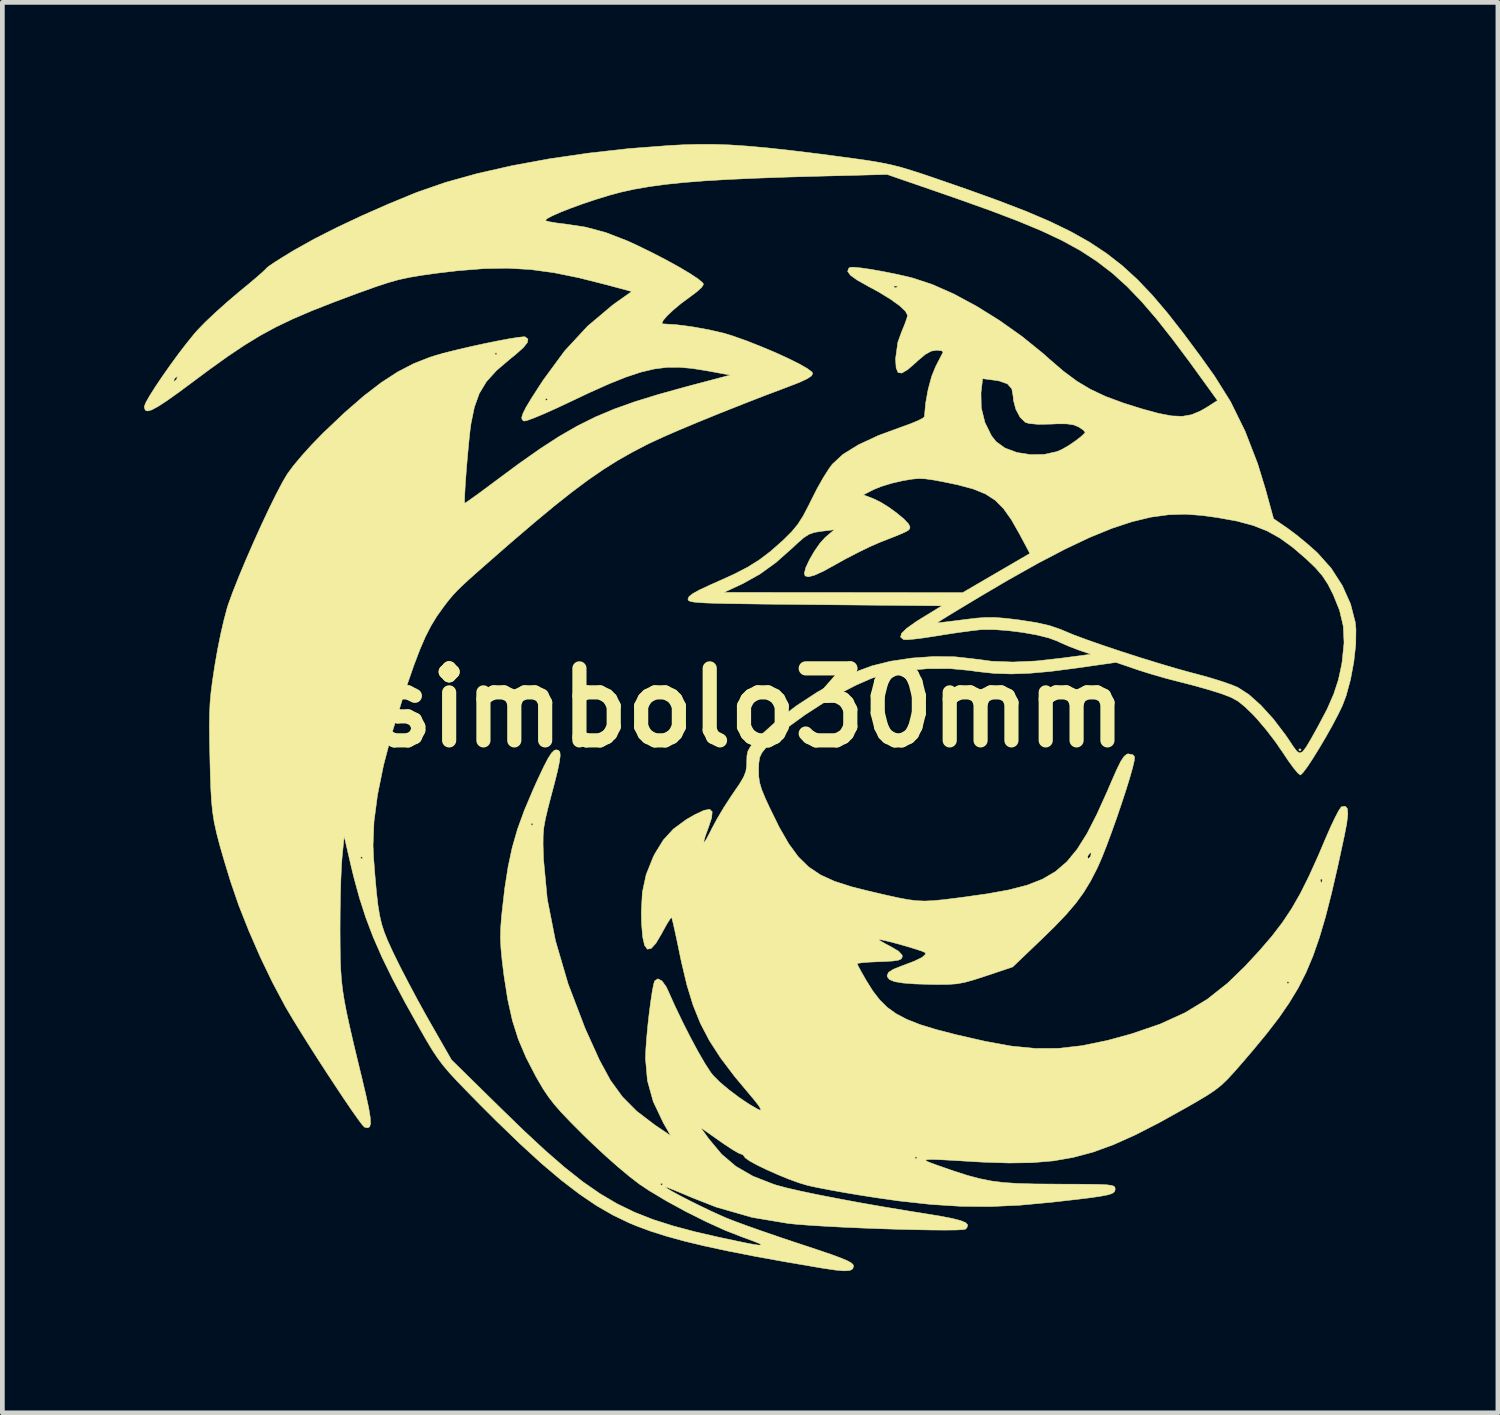
<source format=kicad_pcb>
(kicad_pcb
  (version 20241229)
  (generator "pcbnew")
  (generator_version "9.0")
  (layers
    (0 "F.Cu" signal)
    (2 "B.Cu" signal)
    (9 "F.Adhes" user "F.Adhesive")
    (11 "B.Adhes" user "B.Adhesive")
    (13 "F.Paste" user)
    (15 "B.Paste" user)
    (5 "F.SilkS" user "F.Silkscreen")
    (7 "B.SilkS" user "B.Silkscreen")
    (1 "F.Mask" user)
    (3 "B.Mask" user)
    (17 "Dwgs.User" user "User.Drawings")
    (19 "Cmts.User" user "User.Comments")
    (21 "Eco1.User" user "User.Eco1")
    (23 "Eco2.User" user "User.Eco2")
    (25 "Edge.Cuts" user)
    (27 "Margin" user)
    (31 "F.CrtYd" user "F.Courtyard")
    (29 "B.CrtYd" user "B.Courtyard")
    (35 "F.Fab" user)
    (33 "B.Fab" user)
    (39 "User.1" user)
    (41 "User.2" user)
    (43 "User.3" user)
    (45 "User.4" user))
  (footprint "simbolo30mm"
    (layer "F.Cu")
    (at 12.807 11.932)
    (property "Reference" "simbolo30mm" (at 0 0 0) (layer "F.SilkS") (effects (font (size 1.524 1.524) (thickness 0.3))))
    (attr through_hole)
    (fp_poly (pts (xy 11.684 0.889) (xy 11.659 0.914) (xy 11.633 0.889) (xy 11.659 0.864) (xy 11.684 0.889)) (stroke (width 0.01) (type solid)) (fill yes) (layer "F.SilkS"))
    (fp_poly (pts (xy -0.753 -11.927) (xy -0.412 -11.915) (xy -0.039 -11.89) (xy 0.383 -11.852) (xy 0.867 -11.799) (xy 1.427 -11.731) (xy 1.824 -11.679) (xy 2.212 -11.627) (xy 2.522 -11.583) (xy 2.776 -11.54) (xy 2.997 -11.495) (xy 3.206 -11.443) (xy 3.426 -11.377) (xy 3.68 -11.295) (xy 3.907 -11.218) (xy 4.64 -10.964) (xy 5.286 -10.731) (xy 5.855 -10.512) (xy 6.357 -10.298) (xy 6.801 -10.083) (xy 7.2 -9.859) (xy 7.562 -9.62) (xy 7.898 -9.358) (xy 8.218 -9.065) (xy 8.532 -8.736) (xy 8.851 -8.361) (xy 9.185 -7.935) (xy 9.545 -7.45) (xy 9.85 -7.023) (xy 10.19 -6.48) (xy 10.497 -5.856) (xy 10.762 -5.172) (xy 10.928 -4.63) (xy 11.1 -4.003) (xy 11.396 -3.8) (xy 11.576 -3.666) (xy 11.788 -3.493) (xy 11.993 -3.313) (xy 12.033 -3.275) (xy 12.319 -2.955) (xy 12.555 -2.588) (xy 12.729 -2.2) (xy 12.828 -1.817) (xy 12.844 -1.667) (xy 12.84 -1.344) (xy 12.799 -0.975) (xy 12.729 -0.599) (xy 12.636 -0.256) (xy 12.555 -0.042) (xy 12.46 0.153) (xy 12.341 0.379) (xy 12.207 0.617) (xy 12.068 0.852) (xy 11.935 1.067) (xy 11.818 1.245) (xy 11.726 1.368) (xy 11.671 1.422) (xy 11.667 1.422) (xy 11.615 1.382) (xy 11.524 1.273) (xy 11.407 1.112) (xy 11.301 0.953) (xy 11.134 0.711) (xy 10.939 0.458) (xy 10.749 0.234) (xy 10.668 0.147) (xy 10.495 -0.021) (xy 10.354 -0.136) (xy 10.209 -0.217) (xy 10.027 -0.288) (xy 9.931 -0.32) (xy 9.672 -0.399) (xy 9.375 -0.482) (xy 9.104 -0.551) (xy 9.093 -0.554) (xy 8.83 -0.622) (xy 8.53 -0.708) (xy 8.252 -0.795) (xy 8.214 -0.808) (xy 7.766 -0.961) (xy 6.893 -0.837) (xy 6.377 -0.77) (xy 5.935 -0.731) (xy 5.545 -0.717) (xy 5.184 -0.729) (xy 4.828 -0.767) (xy 4.676 -0.79) (xy 4.25 -0.83) (xy 3.774 -0.828) (xy 3.285 -0.784) (xy 2.87 -0.711) (xy 2.597 -0.626) (xy 2.271 -0.484) (xy 1.912 -0.3) (xy 1.543 -0.085) (xy 1.184 0.147) (xy 0.857 0.384) (xy 0.584 0.613) (xy 0.498 0.696) (xy 0.354 0.846) (xy 0.268 0.953) (xy 0.223 1.05) (xy 0.205 1.167) (xy 0.2 1.295) (xy 0.202 1.446) (xy 0.221 1.582) (xy 0.265 1.73) (xy 0.343 1.919) (xy 0.43 2.107) (xy 0.641 2.536) (xy 0.84 2.881) (xy 1.041 3.154) (xy 1.259 3.368) (xy 1.511 3.537) (xy 1.81 3.673) (xy 2.172 3.789) (xy 2.515 3.875) (xy 2.865 3.957) (xy 3.139 4.018) (xy 3.357 4.059) (xy 3.542 4.083) (xy 3.715 4.09) (xy 3.898 4.082) (xy 4.113 4.061) (xy 4.381 4.028) (xy 4.496 4.013) (xy 5.04 3.937) (xy 5.498 3.854) (xy 5.884 3.754) (xy 6.209 3.627) (xy 6.486 3.464) (xy 6.727 3.256) (xy 6.812 3.153) (xy 7.163 3.153) (xy 7.179 3.199) (xy 7.217 3.158) (xy 7.233 3.122) (xy 7.237 3.069) (xy 7.213 3.074) (xy 7.165 3.139) (xy 7.163 3.153) (xy 6.812 3.153) (xy 6.944 2.992) (xy 7.15 2.664) (xy 7.356 2.262) (xy 7.576 1.777) (xy 7.674 1.549) (xy 7.784 1.299) (xy 7.868 1.13) (xy 7.936 1.029) (xy 7.994 0.982) (xy 8.02 0.974) (xy 8.122 0.993) (xy 8.158 1.036) (xy 8.153 1.112) (xy 8.117 1.266) (xy 8.056 1.483) (xy 7.975 1.745) (xy 7.879 2.037) (xy 7.775 2.343) (xy 7.667 2.645) (xy 7.562 2.928) (xy 7.464 3.175) (xy 7.379 3.37) (xy 7.365 3.399) (xy 7.227 3.667) (xy 7.082 3.906) (xy 6.915 4.135) (xy 6.712 4.373) (xy 6.458 4.638) (xy 6.174 4.915) (xy 5.578 5.485) (xy 5.011 5.675) (xy 4.758 5.757) (xy 4.565 5.811) (xy 4.396 5.842) (xy 4.215 5.855) (xy 3.987 5.857) (xy 3.861 5.855) (xy 3.511 5.845) (xy 3.253 5.825) (xy 3.075 5.795) (xy 2.969 5.751) (xy 2.924 5.692) (xy 2.921 5.666) (xy 2.95 5.6) (xy 3.048 5.536) (xy 3.226 5.465) (xy 3.491 5.365) (xy 3.661 5.282) (xy 3.734 5.216) (xy 3.727 5.182) (xy 3.666 5.154) (xy 3.538 5.111) (xy 3.368 5.059) (xy 3.18 5.005) (xy 3 4.957) (xy 2.852 4.921) (xy 2.76 4.904) (xy 2.743 4.906) (xy 2.785 4.938) (xy 2.891 4.999) (xy 3 5.056) (xy 3.164 5.153) (xy 3.237 5.233) (xy 3.241 5.273) (xy 3.218 5.315) (xy 3.156 5.343) (xy 3.036 5.36) (xy 2.839 5.371) (xy 2.755 5.374) (xy 2.551 5.383) (xy 2.392 5.395) (xy 2.3 5.409) (xy 2.286 5.416) (xy 2.31 5.47) (xy 2.373 5.587) (xy 2.464 5.746) (xy 2.485 5.782) (xy 2.622 6) (xy 2.765 6.184) (xy 2.924 6.341) (xy 3.112 6.476) (xy 3.339 6.595) (xy 3.618 6.705) (xy 3.961 6.81) (xy 4.378 6.918) (xy 4.881 7.033) (xy 5.001 7.06) (xy 5.55 7.16) (xy 6.057 7.21) (xy 6.548 7.208) (xy 7.049 7.151) (xy 7.586 7.04) (xy 8.103 6.898) (xy 8.704 6.692) (xy 9.228 6.453) (xy 9.696 6.169) (xy 10.129 5.827) (xy 10.139 5.817) (xy 11.379 5.817) (xy 11.405 5.842) (xy 11.43 5.817) (xy 11.405 5.791) (xy 11.379 5.817) (xy 10.139 5.817) (xy 10.494 5.473) (xy 10.802 5.14) (xy 11.062 4.838) (xy 11.285 4.548) (xy 11.483 4.251) (xy 11.668 3.928) (xy 11.803 3.658) (xy 12.09 3.658) (xy 12.109 3.699) (xy 12.124 3.691) (xy 12.13 3.631) (xy 12.124 3.624) (xy 12.094 3.631) (xy 12.09 3.658) (xy 11.803 3.658) (xy 11.852 3.559) (xy 12.048 3.126) (xy 12.197 2.775) (xy 12.301 2.536) (xy 12.397 2.333) (xy 12.476 2.182) (xy 12.529 2.103) (xy 12.538 2.095) (xy 12.618 2.084) (xy 12.662 2.133) (xy 12.672 2.252) (xy 12.649 2.449) (xy 12.6 2.701) (xy 12.458 3.361) (xy 12.325 3.934) (xy 12.198 4.432) (xy 12.069 4.867) (xy 11.934 5.254) (xy 11.787 5.603) (xy 11.622 5.929) (xy 11.432 6.243) (xy 11.214 6.559) (xy 10.96 6.889) (xy 10.666 7.246) (xy 10.455 7.493) (xy 10.272 7.702) (xy 10.125 7.862) (xy 9.993 7.988) (xy 9.853 8.098) (xy 9.685 8.209) (xy 9.467 8.339) (xy 9.24 8.469) (xy 8.673 8.784) (xy 8.169 9.042) (xy 7.711 9.247) (xy 7.281 9.404) (xy 6.862 9.516) (xy 6.437 9.59) (xy 5.989 9.628) (xy 5.499 9.635) (xy 4.95 9.617) (xy 4.769 9.607) (xy 4.39 9.584) (xy 4.106 9.568) (xy 3.907 9.56) (xy 3.787 9.561) (xy 3.737 9.571) (xy 3.749 9.591) (xy 3.816 9.622) (xy 3.931 9.664) (xy 3.988 9.685) (xy 4.33 9.804) (xy 4.62 9.897) (xy 4.879 9.966) (xy 5.129 10.016) (xy 5.392 10.049) (xy 5.688 10.068) (xy 6.041 10.078) (xy 6.471 10.081) (xy 6.528 10.082) (xy 6.91 10.083) (xy 7.203 10.085) (xy 7.418 10.089) (xy 7.568 10.096) (xy 7.663 10.108) (xy 7.717 10.125) (xy 7.741 10.147) (xy 7.747 10.177) (xy 7.747 10.183) (xy 7.742 10.223) (xy 7.72 10.256) (xy 7.67 10.285) (xy 7.581 10.311) (xy 7.44 10.338) (xy 7.238 10.368) (xy 6.962 10.402) (xy 6.602 10.443) (xy 6.401 10.466) (xy 5.733 10.528) (xy 5.105 10.557) (xy 4.487 10.552) (xy 3.85 10.512) (xy 3.166 10.437) (xy 2.688 10.369) (xy 2.342 10.315) (xy 2.002 10.258) (xy 1.691 10.202) (xy 1.432 10.152) (xy 1.249 10.112) (xy 1.24 10.11) (xy 1.053 10.054) (xy 0.833 9.974) (xy 0.6 9.878) (xy 0.372 9.777) (xy 0.169 9.679) (xy 0.011 9.592) (xy -0.083 9.525) (xy 3.505 9.525) (xy 3.531 9.55) (xy 3.556 9.525) (xy 3.531 9.5) (xy 3.505 9.525) (xy -0.083 9.525) (xy -0.084 9.525) (xy -0.102 9.497) (xy -0.142 9.452) (xy -0.165 9.449) (xy -0.232 9.421) (xy -0.36 9.346) (xy -0.526 9.237) (xy -0.628 9.166) (xy -1.027 8.884) (xy -0.857 9.12) (xy -0.585 9.447) (xy -0.279 9.707) (xy 0.082 9.915) (xy 0.518 10.085) (xy 0.582 10.105) (xy 0.79 10.161) (xy 1.085 10.229) (xy 1.453 10.306) (xy 1.88 10.389) (xy 2.352 10.477) (xy 2.856 10.565) (xy 3.378 10.652) (xy 3.676 10.699) (xy 4.031 10.757) (xy 4.293 10.807) (xy 4.474 10.853) (xy 4.581 10.897) (xy 4.625 10.943) (xy 4.614 10.995) (xy 4.582 11.034) (xy 4.519 11.046) (xy 4.368 11.053) (xy 4.143 11.055) (xy 3.857 11.053) (xy 3.524 11.047) (xy 3.158 11.038) (xy 2.772 11.026) (xy 2.381 11.011) (xy 1.996 10.994) (xy 1.633 10.975) (xy 1.305 10.955) (xy 1.026 10.934) (xy 0.838 10.916) (xy 0.062 10.786) (xy -0.697 10.568) (xy -1.2 10.371) (xy -1.42 10.278) (xy -1.601 10.203) (xy -1.726 10.154) (xy -1.778 10.138) (xy -1.778 10.139) (xy -1.735 10.174) (xy -1.619 10.243) (xy -1.447 10.336) (xy -1.239 10.443) (xy -1.014 10.554) (xy -0.789 10.662) (xy -0.584 10.755) (xy -0.483 10.799) (xy -0.296 10.872) (xy -0.035 10.968) (xy 0.279 11.079) (xy 0.625 11.198) (xy 0.979 11.317) (xy 1.092 11.354) (xy 1.457 11.475) (xy 1.736 11.57) (xy 1.938 11.645) (xy 2.077 11.703) (xy 2.16 11.749) (xy 2.201 11.788) (xy 2.21 11.817) (xy 2.192 11.876) (xy 2.131 11.91) (xy 2.012 11.918) (xy 1.822 11.901) (xy 1.547 11.86) (xy 1.524 11.856) (xy 0.78 11.729) (xy 0.127 11.611) (xy -0.443 11.499) (xy -0.941 11.392) (xy -1.374 11.288) (xy -1.754 11.183) (xy -2.089 11.077) (xy -2.388 10.966) (xy -2.544 10.901) (xy -2.885 10.737) (xy -3.233 10.536) (xy -3.594 10.291) (xy -3.978 9.997) (xy -4.393 9.646) (xy -4.847 9.231) (xy -5.349 8.746) (xy -5.697 8.399) (xy -5.968 8.123) (xy -6.181 7.903) (xy -6.348 7.722) (xy -6.482 7.563) (xy -6.597 7.409) (xy -6.706 7.245) (xy -6.822 7.053) (xy -6.957 6.817) (xy -6.963 6.807) (xy -7.282 6.238) (xy -7.549 5.734) (xy -7.772 5.278) (xy -7.958 4.853) (xy -8.114 4.442) (xy -8.248 4.027) (xy -8.367 3.591) (xy -8.431 3.327) (xy -8.466 3.175) (xy -8.23 3.175) (xy -8.204 3.2) (xy -8.179 3.175) (xy -8.204 3.15) (xy -8.23 3.175) (xy -8.466 3.175) (xy -8.526 2.915) (xy -7.961 2.915) (xy -7.949 3.175) (xy -7.917 3.587) (xy -7.887 3.915) (xy -7.857 4.177) (xy -7.822 4.391) (xy -7.78 4.573) (xy -7.726 4.742) (xy -7.657 4.916) (xy -7.568 5.111) (xy -7.515 5.223) (xy -7.384 5.489) (xy -7.217 5.811) (xy -7.034 6.155) (xy -6.85 6.49) (xy -6.759 6.65) (xy -6.301 7.451) (xy -5.271 8.463) (xy -4.767 8.952) (xy -4.316 9.371) (xy -3.906 9.727) (xy -3.525 10.029) (xy -3.159 10.283) (xy -2.797 10.497) (xy -2.426 10.677) (xy -2.033 10.832) (xy -1.605 10.968) (xy -1.131 11.094) (xy -0.597 11.216) (xy -0.538 11.228) (xy -0.238 11.292) (xy -0.023 11.336) (xy 0.119 11.362) (xy 0.204 11.373) (xy 0.244 11.371) (xy 0.254 11.36) (xy 0.21 11.336) (xy 0.092 11.289) (xy -0.078 11.226) (xy -0.14 11.204) (xy -0.501 11.063) (xy -0.911 10.877) (xy -1.339 10.663) (xy -1.753 10.437) (xy -2.123 10.215) (xy -2.318 10.084) (xy -1.88 10.084) (xy -1.854 10.109) (xy -1.829 10.084) (xy -1.854 10.058) (xy -1.88 10.084) (xy -2.318 10.084) (xy -2.336 10.072) (xy -2.534 9.919) (xy -2.78 9.714) (xy -3.05 9.475) (xy -3.321 9.223) (xy -3.517 9.033) (xy -3.773 8.776) (xy -3.971 8.569) (xy -4.124 8.395) (xy -4.248 8.234) (xy -4.359 8.069) (xy -4.47 7.88) (xy -4.514 7.803) (xy -4.724 7.397) (xy -4.887 7.012) (xy -5.012 6.617) (xy -5.109 6.182) (xy -5.188 5.678) (xy -5.19 5.664) (xy -5.23 5.341) (xy -5.254 5.088) (xy -5.264 4.874) (xy -5.26 4.669) (xy -5.243 4.443) (xy -5.233 4.343) (xy -5.173 3.817) (xy -5.102 3.364) (xy -5.015 2.957) (xy -4.903 2.568) (xy -4.865 2.464) (xy -4.623 2.464) (xy -4.597 2.489) (xy -4.572 2.464) (xy -4.597 2.438) (xy -4.623 2.464) (xy -4.865 2.464) (xy -4.758 2.17) (xy -4.574 1.735) (xy -4.479 1.524) (xy -4.353 1.257) (xy -4.257 1.072) (xy -4.184 0.958) (xy -4.126 0.901) (xy -4.087 0.889) (xy -4.036 0.899) (xy -4.006 0.936) (xy -3.999 1.012) (xy -4.015 1.14) (xy -4.055 1.333) (xy -4.122 1.602) (xy -4.189 1.854) (xy -4.263 2.14) (xy -4.314 2.357) (xy -4.346 2.535) (xy -4.36 2.704) (xy -4.362 2.894) (xy -4.355 3.134) (xy -4.353 3.2) (xy -4.273 4.049) (xy -4.1 4.928) (xy -3.833 5.84) (xy -3.472 6.786) (xy -3.17 7.453) (xy -2.939 7.88) (xy -2.683 8.233) (xy -2.38 8.538) (xy -2.006 8.823) (xy -1.986 8.837) (xy -1.661 9.057) (xy -1.817 8.783) (xy -2.03 8.335) (xy -2.153 7.892) (xy -2.194 7.426) (xy -2.194 7.412) (xy -2.187 7.229) (xy -2.17 6.996) (xy -2.146 6.734) (xy -2.116 6.467) (xy -2.083 6.215) (xy -2.051 6.002) (xy -2.021 5.848) (xy -1.999 5.779) (xy -1.931 5.736) (xy -1.845 5.781) (xy -1.756 5.904) (xy -1.719 5.982) (xy -1.57 6.313) (xy -1.408 6.651) (xy -1.242 6.978) (xy -1.082 7.276) (xy -0.937 7.526) (xy -0.817 7.712) (xy -0.762 7.782) (xy -0.621 7.923) (xy -0.428 8.085) (xy -0.212 8.248) (xy -0.001 8.39) (xy 0.176 8.492) (xy 0.233 8.518) (xy 0.249 8.501) (xy 0.203 8.422) (xy 0.103 8.293) (xy 0.047 8.227) (xy -0.313 7.796) (xy -0.606 7.408) (xy -0.842 7.043) (xy -1.032 6.679) (xy -1.187 6.294) (xy -1.318 5.867) (xy -1.434 5.378) (xy -1.472 5.197) (xy -1.526 4.936) (xy -1.574 4.713) (xy -1.612 4.545) (xy -1.636 4.451) (xy -1.642 4.437) (xy -1.673 4.469) (xy -1.738 4.571) (xy -1.824 4.725) (xy -1.851 4.777) (xy -1.973 4.983) (xy -2.074 5.094) (xy -2.154 5.109) (xy -2.214 5.027) (xy -2.254 4.848) (xy -2.277 4.57) (xy -2.283 4.333) (xy -2.261 3.907) (xy -2.18 3.53) (xy -2.032 3.161) (xy -1.993 3.084) (xy -1.816 2.797) (xy -1.604 2.566) (xy -1.331 2.365) (xy -1.15 2.261) (xy -0.956 2.17) (xy -0.835 2.148) (xy -0.782 2.2) (xy -0.794 2.329) (xy -0.856 2.517) (xy -0.929 2.718) (xy -0.96 2.829) (xy -0.95 2.847) (xy -0.901 2.773) (xy -0.813 2.605) (xy -0.793 2.564) (xy -0.681 2.354) (xy -0.534 2.107) (xy -0.379 1.868) (xy -0.336 1.805) (xy -0.201 1.608) (xy -0.117 1.465) (xy -0.071 1.349) (xy -0.053 1.234) (xy -0.051 1.142) (xy -0.047 1.014) (xy -0.026 0.917) (xy 0.026 0.824) (xy 0.124 0.71) (xy 0.266 0.563) (xy 0.603 0.259) (xy 1.004 -0.045) (xy 1.443 -0.332) (xy 1.893 -0.585) (xy 2.325 -0.787) (xy 2.599 -0.888) (xy 2.994 -0.986) (xy 3.442 -1.053) (xy 3.905 -1.086) (xy 4.347 -1.081) (xy 4.699 -1.043) (xy 5.133 -0.986) (xy 5.582 -0.969) (xy 6.071 -0.991) (xy 6.602 -1.05) (xy 7.236 -1.134) (xy 6.983 -1.22) (xy 6.785 -1.295) (xy 6.587 -1.381) (xy 6.523 -1.412) (xy 6.342 -1.479) (xy 6.089 -1.542) (xy 5.792 -1.595) (xy 5.481 -1.634) (xy 5.184 -1.656) (xy 4.931 -1.656) (xy 4.877 -1.651) (xy 4.689 -1.629) (xy 4.437 -1.595) (xy 4.158 -1.553) (xy 3.942 -1.518) (xy 3.701 -1.481) (xy 3.494 -1.455) (xy 3.342 -1.441) (xy 3.269 -1.444) (xy 3.205 -1.496) (xy 3.225 -1.575) (xy 3.334 -1.682) (xy 3.5 -1.799) (xy 3.978 -1.799) (xy 4.029 -1.803) (xy 4.16 -1.818) (xy 4.35 -1.841) (xy 4.547 -1.866) (xy 4.807 -1.898) (xy 5.016 -1.913) (xy 5.213 -1.912) (xy 5.434 -1.894) (xy 5.717 -1.86) (xy 5.72 -1.859) (xy 6.076 -1.804) (xy 6.359 -1.74) (xy 6.595 -1.659) (xy 6.667 -1.628) (xy 6.869 -1.544) (xy 7.149 -1.44) (xy 7.487 -1.322) (xy 7.863 -1.196) (xy 8.256 -1.069) (xy 8.648 -0.948) (xy 9.017 -0.838) (xy 9.345 -0.747) (xy 9.472 -0.714) (xy 9.738 -0.641) (xy 9.995 -0.562) (xy 10.213 -0.486) (xy 10.345 -0.431) (xy 10.576 -0.282) (xy 10.83 -0.055) (xy 11.094 0.235) (xy 11.35 0.571) (xy 11.42 0.673) (xy 11.519 0.823) (xy 11.592 0.919) (xy 11.652 0.957) (xy 11.714 0.931) (xy 11.788 0.835) (xy 11.89 0.664) (xy 12.031 0.412) (xy 12.034 0.406) (xy 12.231 0.034) (xy 12.373 -0.29) (xy 12.473 -0.595) (xy 12.541 -0.912) (xy 12.551 -0.974) (xy 12.592 -1.376) (xy 12.576 -1.727) (xy 12.498 -2.06) (xy 12.365 -2.391) (xy 12.25 -2.617) (xy 12.132 -2.797) (xy 11.984 -2.967) (xy 11.796 -3.147) (xy 11.508 -3.395) (xy 11.238 -3.591) (xy 10.965 -3.743) (xy 10.668 -3.86) (xy 10.325 -3.952) (xy 9.916 -4.026) (xy 9.592 -4.071) (xy 9.239 -4.098) (xy 8.88 -4.087) (xy 8.505 -4.036) (xy 8.107 -3.94) (xy 7.677 -3.798) (xy 7.207 -3.606) (xy 6.69 -3.361) (xy 6.115 -3.061) (xy 5.477 -2.702) (xy 4.943 -2.388) (xy 4.663 -2.22) (xy 4.415 -2.071) (xy 4.211 -1.947) (xy 4.065 -1.856) (xy 3.987 -1.807) (xy 3.978 -1.799) (xy 3.5 -1.799) (xy 3.533 -1.823) (xy 3.64 -1.89) (xy 4.08 -2.159) (xy 1.392 -2.184) (xy 0.801 -2.19) (xy 0.304 -2.195) (xy -0.109 -2.201) (xy -0.443 -2.206) (xy -0.708 -2.212) (xy -0.912 -2.219) (xy -1.062 -2.228) (xy -1.168 -2.238) (xy -1.235 -2.25) (xy -1.274 -2.265) (xy -1.291 -2.282) (xy -1.295 -2.303) (xy -1.295 -2.304) (xy -1.272 -2.355) (xy -1.194 -2.417) (xy -1.146 -2.443) (xy -0.533 -2.443) (xy 1.993 -2.441) (xy 4.52 -2.438) (xy 5.231 -2.853) (xy 5.942 -3.267) (xy 5.727 -3.671) (xy 5.553 -3.978) (xy 5.386 -4.214) (xy 5.209 -4.393) (xy 5.001 -4.527) (xy 4.743 -4.632) (xy 4.415 -4.72) (xy 4.162 -4.773) (xy 3.915 -4.82) (xy 3.735 -4.846) (xy 3.589 -4.853) (xy 3.445 -4.84) (xy 3.269 -4.81) (xy 3.241 -4.805) (xy 3.017 -4.753) (xy 2.801 -4.687) (xy 2.637 -4.621) (xy 2.635 -4.62) (xy 2.417 -4.508) (xy 2.632 -4.426) (xy 2.784 -4.352) (xy 2.956 -4.245) (xy 3.126 -4.121) (xy 3.273 -3.999) (xy 3.372 -3.895) (xy 3.404 -3.831) (xy 3.4 -3.797) (xy 3.38 -3.767) (xy 3.328 -3.733) (xy 3.229 -3.687) (xy 3.068 -3.621) (xy 2.83 -3.528) (xy 2.781 -3.509) (xy 2.571 -3.418) (xy 2.311 -3.292) (xy 2.039 -3.151) (xy 1.85 -3.046) (xy 1.579 -2.896) (xy 1.382 -2.806) (xy 1.252 -2.772) (xy 1.184 -2.793) (xy 1.168 -2.846) (xy 1.198 -2.965) (xy 1.275 -3.131) (xy 1.381 -3.314) (xy 1.498 -3.482) (xy 1.609 -3.605) (xy 1.616 -3.611) (xy 1.803 -3.77) (xy 1.525 -3.736) (xy 1.382 -3.713) (xy 1.27 -3.674) (xy 1.158 -3.603) (xy 1.021 -3.484) (xy 0.915 -3.384) (xy 0.566 -3.075) (xy 0.23 -2.832) (xy -0.128 -2.632) (xy -0.219 -2.589) (xy -0.533 -2.443) (xy -1.146 -2.443) (xy -1.05 -2.496) (xy -0.827 -2.6) (xy -0.682 -2.664) (xy -0.324 -2.826) (xy -0.035 -2.975) (xy 0.212 -3.129) (xy 0.445 -3.305) (xy 0.691 -3.521) (xy 0.737 -3.564) (xy 0.9 -3.726) (xy 1.029 -3.883) (xy 1.145 -4.064) (xy 1.268 -4.3) (xy 1.315 -4.396) (xy 1.437 -4.637) (xy 1.568 -4.869) (xy 1.69 -5.061) (xy 1.761 -5.157) (xy 1.986 -5.365) (xy 2.312 -5.567) (xy 2.736 -5.764) (xy 3.218 -5.941) (xy 3.423 -6.015) (xy 3.587 -6.084) (xy 3.688 -6.139) (xy 3.71 -6.164) (xy 3.735 -6.444) (xy 3.775 -6.665) (xy 4.907 -6.665) (xy 4.913 -6.352) (xy 4.991 -6.038) (xy 5.129 -5.759) (xy 5.225 -5.636) (xy 5.414 -5.499) (xy 5.666 -5.405) (xy 5.953 -5.359) (xy 6.246 -5.364) (xy 6.514 -5.423) (xy 6.618 -5.468) (xy 6.759 -5.549) (xy 6.904 -5.647) (xy 7.026 -5.741) (xy 7.101 -5.813) (xy 7.112 -5.835) (xy 7.072 -5.88) (xy 6.976 -5.944) (xy 6.97 -5.948) (xy 6.866 -5.989) (xy 6.726 -6.01) (xy 6.523 -6.011) (xy 6.394 -6.005) (xy 6.117 -6) (xy 5.924 -6.018) (xy 5.845 -6.043) (xy 5.735 -6.149) (xy 5.645 -6.318) (xy 5.594 -6.511) (xy 5.588 -6.593) (xy 5.56 -6.752) (xy 5.467 -6.857) (xy 5.295 -6.918) (xy 5.201 -6.933) (xy 4.942 -6.967) (xy 4.907 -6.665) (xy 3.775 -6.665) (xy 3.789 -6.741) (xy 3.863 -7.016) (xy 3.948 -7.225) (xy 4.026 -7.375) (xy 4.084 -7.487) (xy 4.106 -7.531) (xy 4.074 -7.557) (xy 3.974 -7.569) (xy 3.964 -7.569) (xy 3.852 -7.549) (xy 3.729 -7.481) (xy 3.572 -7.35) (xy 3.529 -7.309) (xy 3.353 -7.156) (xy 3.23 -7.085) (xy 3.152 -7.097) (xy 3.111 -7.196) (xy 3.099 -7.381) (xy 3.099 -7.388) (xy 3.147 -7.737) (xy 3.226 -7.955) (xy 3.293 -8.118) (xy 3.339 -8.248) (xy 3.353 -8.308) (xy 3.308 -8.395) (xy 3.183 -8.512) (xy 2.988 -8.652) (xy 2.738 -8.805) (xy 2.527 -8.919) (xy 2.519 -8.924) (xy 3.065 -8.924) (xy 3.072 -8.894) (xy 3.099 -8.89) (xy 3.141 -8.909) (xy 3.133 -8.924) (xy 3.072 -8.93) (xy 3.065 -8.924) (xy 2.519 -8.924) (xy 2.29 -9.051) (xy 2.144 -9.156) (xy 2.085 -9.238) (xy 2.108 -9.303) (xy 2.132 -9.321) (xy 2.205 -9.327) (xy 2.357 -9.312) (xy 2.568 -9.282) (xy 2.817 -9.238) (xy 3.084 -9.185) (xy 3.349 -9.126) (xy 3.467 -9.096) (xy 3.877 -8.961) (xy 4.333 -8.759) (xy 4.814 -8.5) (xy 5.302 -8.196) (xy 5.778 -7.859) (xy 6.222 -7.499) (xy 6.35 -7.385) (xy 6.652 -7.125) (xy 6.936 -6.914) (xy 7.227 -6.74) (xy 7.549 -6.589) (xy 7.926 -6.45) (xy 8.324 -6.325) (xy 8.67 -6.231) (xy 8.945 -6.179) (xy 9.169 -6.17) (xy 9.364 -6.204) (xy 9.551 -6.282) (xy 9.678 -6.355) (xy 9.913 -6.505) (xy 9.722 -6.77) (xy 9.321 -7.324) (xy 8.958 -7.808) (xy 8.624 -8.231) (xy 8.308 -8.598) (xy 7.999 -8.919) (xy 7.686 -9.202) (xy 7.358 -9.453) (xy 7.006 -9.682) (xy 6.617 -9.895) (xy 6.181 -10.1) (xy 5.687 -10.305) (xy 5.126 -10.519) (xy 4.485 -10.748) (xy 3.988 -10.921) (xy 2.921 -11.289) (xy 1.575 -11.255) (xy 0.816 -11.234) (xy 0.15 -11.21) (xy -0.433 -11.184) (xy -0.942 -11.154) (xy -1.388 -11.119) (xy -1.778 -11.078) (xy -2.123 -11.031) (xy -2.431 -10.977) (xy -2.712 -10.915) (xy -2.959 -10.849) (xy -3.244 -10.761) (xy -3.523 -10.668) (xy -3.781 -10.574) (xy -4.004 -10.486) (xy -4.177 -10.409) (xy -4.285 -10.35) (xy -4.314 -10.314) (xy -4.31 -10.311) (xy -4.226 -10.288) (xy -4.076 -10.262) (xy -3.913 -10.243) (xy -3.467 -10.176) (xy -3.037 -10.061) (xy -2.587 -9.887) (xy -2.393 -9.799) (xy -2.066 -9.64) (xy -1.759 -9.481) (xy -1.484 -9.33) (xy -1.256 -9.194) (xy -1.085 -9.082) (xy -0.986 -8.999) (xy -0.965 -8.964) (xy -1.004 -8.902) (xy -1.108 -8.806) (xy -1.253 -8.697) (xy -1.257 -8.694) (xy -1.437 -8.562) (xy -1.599 -8.427) (xy -1.731 -8.303) (xy -1.818 -8.203) (xy -1.847 -8.141) (xy -1.826 -8.127) (xy -1.541 -8.109) (xy -1.202 -8.065) (xy -0.852 -8.002) (xy -0.534 -7.929) (xy -0.363 -7.877) (xy -0.055 -7.768) (xy 0.254 -7.646) (xy 0.552 -7.521) (xy 0.822 -7.398) (xy 1.051 -7.284) (xy 1.224 -7.186) (xy 1.325 -7.112) (xy 1.346 -7.078) (xy 1.319 -7.026) (xy 1.23 -6.966) (xy 1.068 -6.89) (xy 0.82 -6.794) (xy 0.813 -6.791) (xy 0.332 -6.61) (xy -0.153 -6.421) (xy -0.627 -6.233) (xy -1.074 -6.051) (xy -1.478 -5.882) (xy -1.823 -5.732) (xy -2.093 -5.607) (xy -2.159 -5.575) (xy -2.48 -5.408) (xy -2.788 -5.233) (xy -3.096 -5.039) (xy -3.413 -4.82) (xy -3.753 -4.566) (xy -4.127 -4.27) (xy -4.546 -3.922) (xy -5.022 -3.515) (xy -5.207 -3.354) (xy -5.51 -3.089) (xy -5.748 -2.88) (xy -5.931 -2.717) (xy -6.071 -2.588) (xy -6.179 -2.482) (xy -6.265 -2.39) (xy -6.342 -2.3) (xy -6.42 -2.201) (xy -6.48 -2.121) (xy -6.616 -1.93) (xy -6.737 -1.73) (xy -6.853 -1.504) (xy -6.969 -1.235) (xy -7.093 -0.909) (xy -7.232 -0.509) (xy -7.317 -0.254) (xy -7.557 0.522) (xy -7.74 1.22) (xy -7.867 1.848) (xy -7.941 2.411) (xy -7.961 2.915) (xy -8.526 2.915) (xy -8.572 2.718) (xy -8.617 3.175) (xy -8.63 3.369) (xy -8.642 3.64) (xy -8.651 3.965) (xy -8.657 4.319) (xy -8.659 4.678) (xy -8.659 4.724) (xy -8.657 5.037) (xy -8.654 5.303) (xy -8.645 5.535) (xy -8.63 5.751) (xy -8.606 5.965) (xy -8.57 6.193) (xy -8.521 6.449) (xy -8.456 6.748) (xy -8.373 7.108) (xy -8.269 7.541) (xy -8.196 7.841) (xy -8.111 8.202) (xy -8.052 8.475) (xy -8.02 8.67) (xy -8.013 8.798) (xy -8.032 8.868) (xy -8.075 8.891) (xy -8.142 8.876) (xy -8.189 8.827) (xy -8.281 8.704) (xy -8.411 8.52) (xy -8.569 8.288) (xy -8.748 8.019) (xy -8.939 7.728) (xy -9.135 7.426) (xy -9.327 7.125) (xy -9.506 6.839) (xy -9.665 6.58) (xy -9.795 6.361) (xy -9.828 6.303) (xy -10.088 5.815) (xy -10.347 5.277) (xy -10.59 4.72) (xy -10.805 4.177) (xy -10.975 3.681) (xy -10.992 3.627) (xy -11.111 3.235) (xy -11.203 2.918) (xy -11.272 2.653) (xy -11.323 2.421) (xy -11.358 2.197) (xy -11.381 1.961) (xy -11.396 1.69) (xy -11.407 1.362) (xy -11.414 1.067) (xy -11.422 0.68) (xy -11.425 0.372) (xy -11.421 0.118) (xy -11.411 -0.104) (xy -11.392 -0.318) (xy -11.363 -0.547) (xy -11.323 -0.815) (xy -11.309 -0.903) (xy -11.253 -1.226) (xy -11.187 -1.555) (xy -11.117 -1.858) (xy -11.051 -2.106) (xy -11.027 -2.184) (xy -10.93 -2.451) (xy -10.803 -2.772) (xy -10.654 -3.128) (xy -10.492 -3.499) (xy -10.325 -3.869) (xy -10.161 -4.218) (xy -10.008 -4.528) (xy -9.876 -4.779) (xy -9.773 -4.953) (xy -9.647 -5.123) (xy -9.468 -5.337) (xy -9.258 -5.569) (xy -9.039 -5.794) (xy -8.998 -5.835) (xy -8.552 -6.257) (xy -8.152 -6.604) (xy -7.786 -6.885) (xy -7.441 -7.109) (xy -7.106 -7.283) (xy -6.767 -7.417) (xy -6.622 -7.463) (xy -6.513 -7.493) (xy -5.385 -7.493) (xy -5.359 -7.468) (xy -5.334 -7.493) (xy -5.359 -7.518) (xy -5.385 -7.493) (xy -6.513 -7.493) (xy -6.409 -7.522) (xy -6.154 -7.585) (xy -5.874 -7.65) (xy -5.589 -7.712) (xy -5.317 -7.767) (xy -5.077 -7.812) (xy -4.888 -7.842) (xy -4.769 -7.854) (xy -4.741 -7.852) (xy -4.682 -7.805) (xy -4.694 -7.732) (xy -4.781 -7.623) (xy -4.949 -7.474) (xy -5.055 -7.389) (xy -5.347 -7.14) (xy -5.561 -6.904) (xy -5.712 -6.654) (xy -5.816 -6.364) (xy -5.887 -6.02) (xy -5.907 -5.873) (xy -5.929 -5.668) (xy -5.952 -5.426) (xy -5.975 -5.167) (xy -5.995 -4.911) (xy -6.011 -4.679) (xy -6.021 -4.492) (xy -6.025 -4.369) (xy -6.021 -4.33) (xy -5.979 -4.355) (xy -5.871 -4.431) (xy -5.708 -4.548) (xy -5.507 -4.697) (xy -5.368 -4.801) (xy -4.868 -5.171) (xy -4.426 -5.482) (xy -4.022 -5.744) (xy -3.638 -5.965) (xy -3.256 -6.155) (xy -2.855 -6.324) (xy -2.419 -6.479) (xy -1.928 -6.631) (xy -1.363 -6.788) (xy -1.229 -6.824) (xy -0.4 -7.043) (xy -0.907 -7.136) (xy -1.208 -7.184) (xy -1.483 -7.208) (xy -1.746 -7.206) (xy -2.01 -7.172) (xy -2.292 -7.105) (xy -2.606 -7.001) (xy -2.966 -6.857) (xy -3.388 -6.668) (xy -3.808 -6.469) (xy -4.087 -6.338) (xy -4.337 -6.226) (xy -4.543 -6.14) (xy -4.691 -6.085) (xy -4.764 -6.069) (xy -4.766 -6.07) (xy -4.805 -6.097) (xy -4.814 -6.148) (xy -4.788 -6.231) (xy -4.723 -6.36) (xy -4.622 -6.528) (xy -4.318 -6.528) (xy -4.293 -6.502) (xy -4.267 -6.528) (xy -4.293 -6.553) (xy -4.318 -6.528) (xy -4.622 -6.528) (xy -4.612 -6.545) (xy -4.45 -6.797) (xy -4.357 -6.939) (xy -3.906 -7.553) (xy -3.42 -8.078) (xy -2.892 -8.523) (xy -2.802 -8.588) (xy -2.486 -8.811) (xy -3.008 -8.952) (xy -3.602 -9.102) (xy -4.132 -9.21) (xy -4.625 -9.277) (xy -5.111 -9.305) (xy -5.615 -9.296) (xy -6.166 -9.252) (xy -6.616 -9.199) (xy -6.93 -9.155) (xy -7.186 -9.112) (xy -7.414 -9.063) (xy -7.644 -8.998) (xy -7.906 -8.912) (xy -8.229 -8.796) (xy -8.264 -8.784) (xy -8.799 -8.584) (xy -9.257 -8.404) (xy -9.654 -8.234) (xy -10.012 -8.063) (xy -10.347 -7.881) (xy -10.68 -7.678) (xy -11.029 -7.444) (xy -11.413 -7.169) (xy -11.75 -6.919) (xy -12.073 -6.679) (xy -12.325 -6.5) (xy -12.514 -6.377) (xy -12.648 -6.305) (xy -12.736 -6.282) (xy -12.784 -6.302) (xy -12.801 -6.362) (xy -12.802 -6.378) (xy -12.772 -6.458) (xy -12.691 -6.601) (xy -12.57 -6.793) (xy -12.49 -6.912) (xy -12.18 -6.912) (xy -12.173 -6.909) (xy -12.126 -6.945) (xy -12.116 -6.96) (xy -12.103 -7.007) (xy -12.11 -7.01) (xy -12.156 -6.975) (xy -12.167 -6.96) (xy -12.18 -6.912) (xy -12.49 -6.912) (xy -12.419 -7.017) (xy -12.251 -7.256) (xy -12.076 -7.496) (xy -11.904 -7.719) (xy -11.749 -7.911) (xy -11.676 -7.994) (xy -11.513 -8.162) (xy -11.296 -8.367) (xy -11.054 -8.584) (xy -10.814 -8.788) (xy -10.799 -8.801) (xy -10.596 -8.968) (xy -10.423 -9.114) (xy -10.295 -9.227) (xy -10.226 -9.293) (xy -10.219 -9.304) (xy -10.171 -9.344) (xy -10.052 -9.425) (xy -9.877 -9.536) (xy -9.664 -9.666) (xy -9.59 -9.709) (xy -9.193 -9.93) (xy -8.721 -10.169) (xy -8.199 -10.415) (xy -7.648 -10.658) (xy -7.093 -10.887) (xy -7.005 -10.921) (xy -6.425 -11.122) (xy -5.76 -11.307) (xy -5.024 -11.474) (xy -4.233 -11.62) (xy -3.401 -11.741) (xy -2.545 -11.837) (xy -1.679 -11.903) (xy -1.392 -11.918) (xy -1.074 -11.927) (xy -0.753 -11.927)) (stroke (width 0.01) (type solid)) (fill yes) (layer "F.SilkS")))
  (gr_rect
    (start -3 -3)
    (end 28.656 26.855)
    (stroke (width 0.1) (type default))
    (fill no)
    (layer "Edge.Cuts")))
</source>
